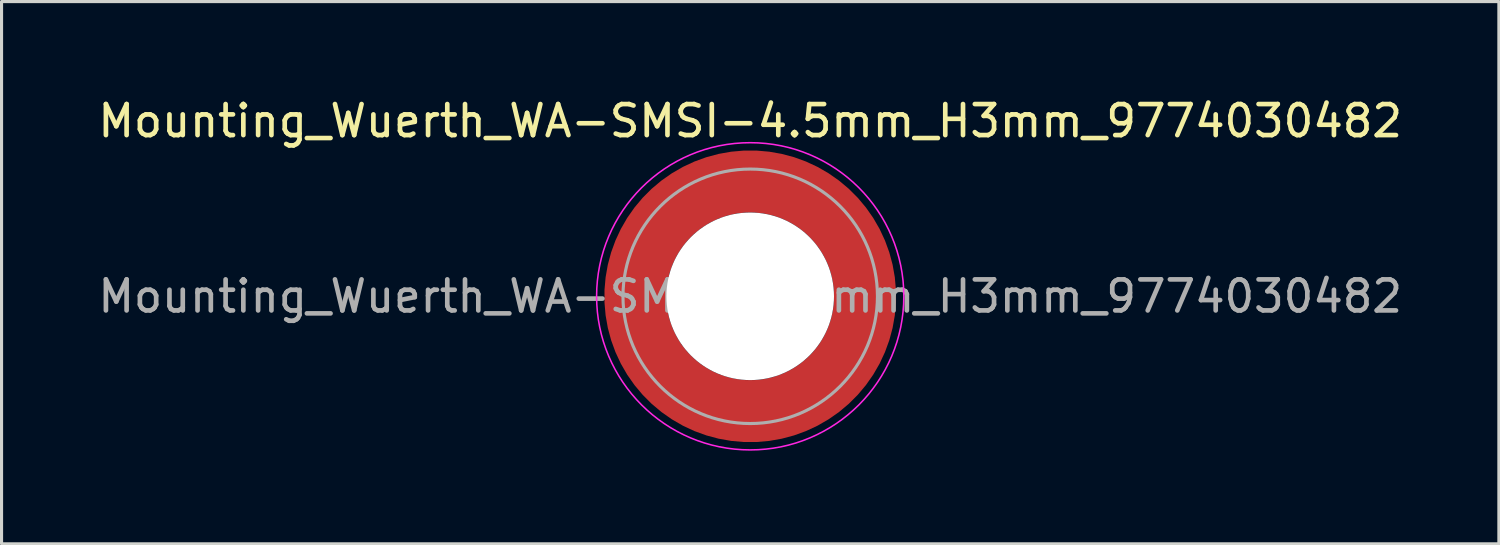
<source format=kicad_pcb>
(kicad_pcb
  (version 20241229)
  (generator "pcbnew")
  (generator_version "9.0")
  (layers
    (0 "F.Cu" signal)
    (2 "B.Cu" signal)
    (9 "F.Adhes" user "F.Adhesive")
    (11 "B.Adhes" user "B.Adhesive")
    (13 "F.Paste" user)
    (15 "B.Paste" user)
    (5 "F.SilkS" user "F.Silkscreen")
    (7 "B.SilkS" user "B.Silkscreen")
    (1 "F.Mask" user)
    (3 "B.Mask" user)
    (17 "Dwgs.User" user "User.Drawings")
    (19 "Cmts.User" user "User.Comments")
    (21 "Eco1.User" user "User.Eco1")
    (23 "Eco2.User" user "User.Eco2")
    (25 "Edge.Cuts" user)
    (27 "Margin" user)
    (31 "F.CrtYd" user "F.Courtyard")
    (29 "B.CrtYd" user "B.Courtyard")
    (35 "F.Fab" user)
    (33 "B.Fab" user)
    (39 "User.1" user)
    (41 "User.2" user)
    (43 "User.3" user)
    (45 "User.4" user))
  (footprint "Mounting_Wuerth_WA-SMSI-4.5mm_H3mm_9774030482"
    (layer "F.Cu")
    (at 21.125 6.498)
    (property "Reference" "Mounting_Wuerth_WA-SMSI-4.5mm_H3mm_9774030482" (at 0 -5.65 0) (layer "F.SilkS") (effects (font (size 1 1) (thickness 0.15))))
    (attr smd)
    (fp_circle (center 0 0) (end 4.95 0) (stroke (width 0.05) (type solid)) (fill no) (layer "F.CrtYd"))
    (fp_circle (center 0 0) (end 4.1 0) (stroke (width 0.1) (type solid)) (fill no) (layer "F.Fab"))
    (fp_text user "${REFERENCE}" (at 0 0 0) (layer "F.Fab") (effects (font (size 1 1) (thickness 0.15))))
    (pad "" smd custom (at -2.607 -2.607) (size 1.495 1.495) (layers "F.Paste") (options (anchor circle)) (primitives (gr_arc (start -0.188183 2.107456) (mid 0.599273 0.599273) (end 2.107456 -0.188183) (width 0.2)) (gr_arc (start -0.289416 2.107456) (mid 0.52877 0.52877) (end 2.107456 -0.289416) (width 0.2)) (gr_arc (start -0.390547 2.107456) (mid 0.458268 0.458268) (end 2.107456 -0.390547) (width 0.2)) (gr_arc (start -0.491585 2.107456) (mid 0.387765 0.387765) (end 2.107456 -0.491585) (width 0.2)) (gr_arc (start -0.59254 2.107456) (mid 0.317262 0.317262) (end 2.107456 -0.59254) (width 0.2)) (gr_arc (start -0.693419 2.107456) (mid 0.24676 0.24676) (end 2.107456 -0.693419) (width 0.2)) (gr_arc (start -0.794229 2.107456) (mid 0.176257 0.176257) (end 2.107456 -0.794229) (width 0.2)) (gr_arc (start -0.894975 2.107456) (mid 0.105754 0.105754) (end 2.107456 -0.894975) (width 0.2)) (gr_arc (start -0.995664 2.107456) (mid 0.035251 0.035251) (end 2.107456 -0.995664) (width 0.2)) (gr_arc (start -1.0963 2.107456) (mid -0.035252 -0.035252) (end 2.107456 -1.0963) (width 0.2)) (gr_arc (start -1.196886 2.107456) (mid -0.105754 -0.105754) (end 2.107456 -1.196886) (width 0.2)) (gr_arc (start -1.297427 2.107456) (mid -0.176257 -0.176257) (end 2.107456 -1.297427) (width 0.2)) (gr_arc (start -1.397927 2.107456) (mid -0.24676 -0.24676) (end 2.107456 -1.397927) (width 0.2)) (gr_arc (start -1.498388 2.107456) (mid -0.317262 -0.317262) (end 2.107456 -1.498388) (width 0.2)) (gr_arc (start -1.598813 2.107456) (mid -0.387765 -0.387765) (end 2.107456 -1.598813) (width 0.2)) (gr_arc (start -1.699204 2.107456) (mid -0.458267 -0.458267) (end 2.107456 -1.699204) (width 0.2)) (gr_arc (start -1.799565 2.107456) (mid -0.528771 -0.528771) (end 2.107456 -1.799565) (width 0.2)) (gr_arc (start -1.899896 2.107456) (mid -0.599273 -0.599273) (end 2.107456 -1.899896) (width 0.2)) (gr_arc (start -1.899896 2.107456) (mid -0.599273 -0.599273) (end 2.107456 -1.899896) (width 0.2)) (gr_line (start 2.107 -0.188) (end 2.107 -1.9) (width 0.2)) (gr_line (start -0.188 2.107) (end -1.9 2.107) (width 0.2))))
    (pad "" smd custom (at -2.607 2.607) (size 1.495 1.495) (layers "F.Paste") (options (anchor circle)) (primitives (gr_arc (start 2.107456 0.188183) (mid 0.599273 -0.599273) (end -0.188183 -2.107456) (width 0.2)) (gr_arc (start 2.107456 0.289416) (mid 0.52877 -0.52877) (end -0.289416 -2.107456) (width 0.2)) (gr_arc (start 2.107456 0.390547) (mid 0.458268 -0.458268) (end -0.390547 -2.107456) (width 0.2)) (gr_arc (start 2.107456 0.491585) (mid 0.387765 -0.387765) (end -0.491585 -2.107456) (width 0.2)) (gr_arc (start 2.107456 0.59254) (mid 0.317262 -0.317262) (end -0.59254 -2.107456) (width 0.2)) (gr_arc (start 2.107456 0.693419) (mid 0.24676 -0.24676) (end -0.693419 -2.107456) (width 0.2)) (gr_arc (start 2.107456 0.794229) (mid 0.176257 -0.176257) (end -0.794229 -2.107456) (width 0.2)) (gr_arc (start 2.107456 0.894975) (mid 0.105754 -0.105754) (end -0.894975 -2.107456) (width 0.2)) (gr_arc (start 2.107456 0.995664) (mid 0.035251 -0.035251) (end -0.995664 -2.107456) (width 0.2)) (gr_arc (start 2.107456 1.0963) (mid -0.035252 0.035252) (end -1.0963 -2.107456) (width 0.2)) (gr_arc (start 2.107456 1.196886) (mid -0.105754 0.105754) (end -1.196886 -2.107456) (width 0.2)) (gr_arc (start 2.107456 1.297427) (mid -0.176257 0.176257) (end -1.297427 -2.107456) (width 0.2)) (gr_arc (start 2.107456 1.397927) (mid -0.24676 0.24676) (end -1.397927 -2.107456) (width 0.2)) (gr_arc (start 2.107456 1.498388) (mid -0.317262 0.317262) (end -1.498388 -2.107456) (width 0.2)) (gr_arc (start 2.107456 1.598813) (mid -0.387765 0.387765) (end -1.598813 -2.107456) (width 0.2)) (gr_arc (start 2.107456 1.699204) (mid -0.458267 0.458267) (end -1.699204 -2.107456) (width 0.2)) (gr_arc (start 2.107456 1.799565) (mid -0.528771 0.528771) (end -1.799565 -2.107456) (width 0.2)) (gr_arc (start 2.107456 1.899896) (mid -0.599273 0.599273) (end -1.899896 -2.107456) (width 0.2)) (gr_arc (start 2.107456 1.899896) (mid -0.599273 0.599273) (end -1.899896 -2.107456) (width 0.2)) (gr_line (start -0.188 -2.107) (end -1.9 -2.107) (width 0.2)) (gr_line (start 2.107 0.188) (end 2.107 1.9) (width 0.2))))
    (pad "" np_thru_hole circle (at 0 0) (size 5.4 5.4) (drill 5.4) (layers "*.Cu" "*.Mask"))
    (pad "" smd custom (at 2.607 -2.607) (size 1.495 1.495) (layers "F.Paste") (options (anchor circle)) (primitives (gr_arc (start -2.107456 -0.188183) (mid -0.599273 0.599273) (end 0.188183 2.107456) (width 0.2)) (gr_arc (start -2.107456 -0.289416) (mid -0.52877 0.52877) (end 0.289416 2.107456) (width 0.2)) (gr_arc (start -2.107456 -0.390547) (mid -0.458268 0.458268) (end 0.390547 2.107456) (width 0.2)) (gr_arc (start -2.107456 -0.491585) (mid -0.387765 0.387765) (end 0.491585 2.107456) (width 0.2)) (gr_arc (start -2.107456 -0.59254) (mid -0.317262 0.317262) (end 0.59254 2.107456) (width 0.2)) (gr_arc (start -2.107456 -0.693419) (mid -0.24676 0.24676) (end 0.693419 2.107456) (width 0.2)) (gr_arc (start -2.107456 -0.794229) (mid -0.176257 0.176257) (end 0.794229 2.107456) (width 0.2)) (gr_arc (start -2.107456 -0.894975) (mid -0.105754 0.105754) (end 0.894975 2.107456) (width 0.2)) (gr_arc (start -2.107456 -0.995664) (mid -0.035251 0.035251) (end 0.995664 2.107456) (width 0.2)) (gr_arc (start -2.107456 -1.0963) (mid 0.035252 -0.035252) (end 1.0963 2.107456) (width 0.2)) (gr_arc (start -2.107456 -1.196886) (mid 0.105754 -0.105754) (end 1.196886 2.107456) (width 0.2)) (gr_arc (start -2.107456 -1.297427) (mid 0.176257 -0.176257) (end 1.297427 2.107456) (width 0.2)) (gr_arc (start -2.107456 -1.397927) (mid 0.24676 -0.24676) (end 1.397927 2.107456) (width 0.2)) (gr_arc (start -2.107456 -1.498388) (mid 0.317262 -0.317262) (end 1.498388 2.107456) (width 0.2)) (gr_arc (start -2.107456 -1.598813) (mid 0.387765 -0.387765) (end 1.598813 2.107456) (width 0.2)) (gr_arc (start -2.107456 -1.699204) (mid 0.458267 -0.458267) (end 1.699204 2.107456) (width 0.2)) (gr_arc (start -2.107456 -1.799565) (mid 0.528771 -0.528771) (end 1.799565 2.107456) (width 0.2)) (gr_arc (start -2.107456 -1.899896) (mid 0.599273 -0.599273) (end 1.899896 2.107456) (width 0.2)) (gr_arc (start -2.107456 -1.899896) (mid 0.599273 -0.599273) (end 1.899896 2.107456) (width 0.2)) (gr_line (start 0.188 2.107) (end 1.9 2.107) (width 0.2)) (gr_line (start -2.107 -0.188) (end -2.107 -1.9) (width 0.2))))
    (pad "" smd custom (at 2.607 2.607) (size 1.495 1.495) (layers "F.Paste") (options (anchor circle)) (primitives (gr_arc (start 0.188183 -2.107456) (mid -0.599273 -0.599273) (end -2.107456 0.188183) (width 0.2)) (gr_arc (start 0.289416 -2.107456) (mid -0.52877 -0.52877) (end -2.107456 0.289416) (width 0.2)) (gr_arc (start 0.390547 -2.107456) (mid -0.458268 -0.458268) (end -2.107456 0.390547) (width 0.2)) (gr_arc (start 0.491585 -2.107456) (mid -0.387765 -0.387765) (end -2.107456 0.491585) (width 0.2)) (gr_arc (start 0.59254 -2.107456) (mid -0.317262 -0.317262) (end -2.107456 0.59254) (width 0.2)) (gr_arc (start 0.693419 -2.107456) (mid -0.24676 -0.24676) (end -2.107456 0.693419) (width 0.2)) (gr_arc (start 0.794229 -2.107456) (mid -0.176257 -0.176257) (end -2.107456 0.794229) (width 0.2)) (gr_arc (start 0.894975 -2.107456) (mid -0.105754 -0.105754) (end -2.107456 0.894975) (width 0.2)) (gr_arc (start 0.995664 -2.107456) (mid -0.035251 -0.035251) (end -2.107456 0.995664) (width 0.2)) (gr_arc (start 1.0963 -2.107456) (mid 0.035252 0.035252) (end -2.107456 1.0963) (width 0.2)) (gr_arc (start 1.196886 -2.107456) (mid 0.105754 0.105754) (end -2.107456 1.196886) (width 0.2)) (gr_arc (start 1.297427 -2.107456) (mid 0.176257 0.176257) (end -2.107456 1.297427) (width 0.2)) (gr_arc (start 1.397927 -2.107456) (mid 0.24676 0.24676) (end -2.107456 1.397927) (width 0.2)) (gr_arc (start 1.498388 -2.107456) (mid 0.317262 0.317262) (end -2.107456 1.498388) (width 0.2)) (gr_arc (start 1.598813 -2.107456) (mid 0.387765 0.387765) (end -2.107456 1.598813) (width 0.2)) (gr_arc (start 1.699204 -2.107456) (mid 0.458267 0.458267) (end -2.107456 1.699204) (width 0.2)) (gr_arc (start 1.799565 -2.107456) (mid 0.528771 0.528771) (end -2.107456 1.799565) (width 0.2)) (gr_arc (start 1.899896 -2.107456) (mid 0.599273 0.599273) (end -2.107456 1.899896) (width 0.2)) (gr_arc (start 1.899896 -2.107456) (mid 0.599273 0.599273) (end -2.107456 1.899896) (width 0.2)) (gr_line (start -2.107 0.188) (end -2.107 1.9) (width 0.2)) (gr_line (start 0.188 -2.107) (end 1.9 -2.107) (width 0.2))))
    (pad "1" smd circle (at -3.7 0) (size 1.6 1.6) (layers "F.Cu"))
    (pad "1" smd circle (at 0 -3.7) (size 1.6 1.6) (layers "F.Cu"))
    (pad "1" smd circle (at 0 3.7) (size 1.6 1.6) (layers "F.Cu"))
    (pad "1" smd custom (at 3.7 0) (size 1.6 1.6) (layers "F.Cu" "F.Mask") (options (anchor circle)) (primitives (gr_circle (center -3.7 0) (end 0 0) (width 2) (fill no)))))
  (gr_rect
    (start -3 -3)
    (end 45.25 14.473)
    (stroke (width 0.1) (type default))
    (fill no)
    (layer "Edge.Cuts")))
</source>
